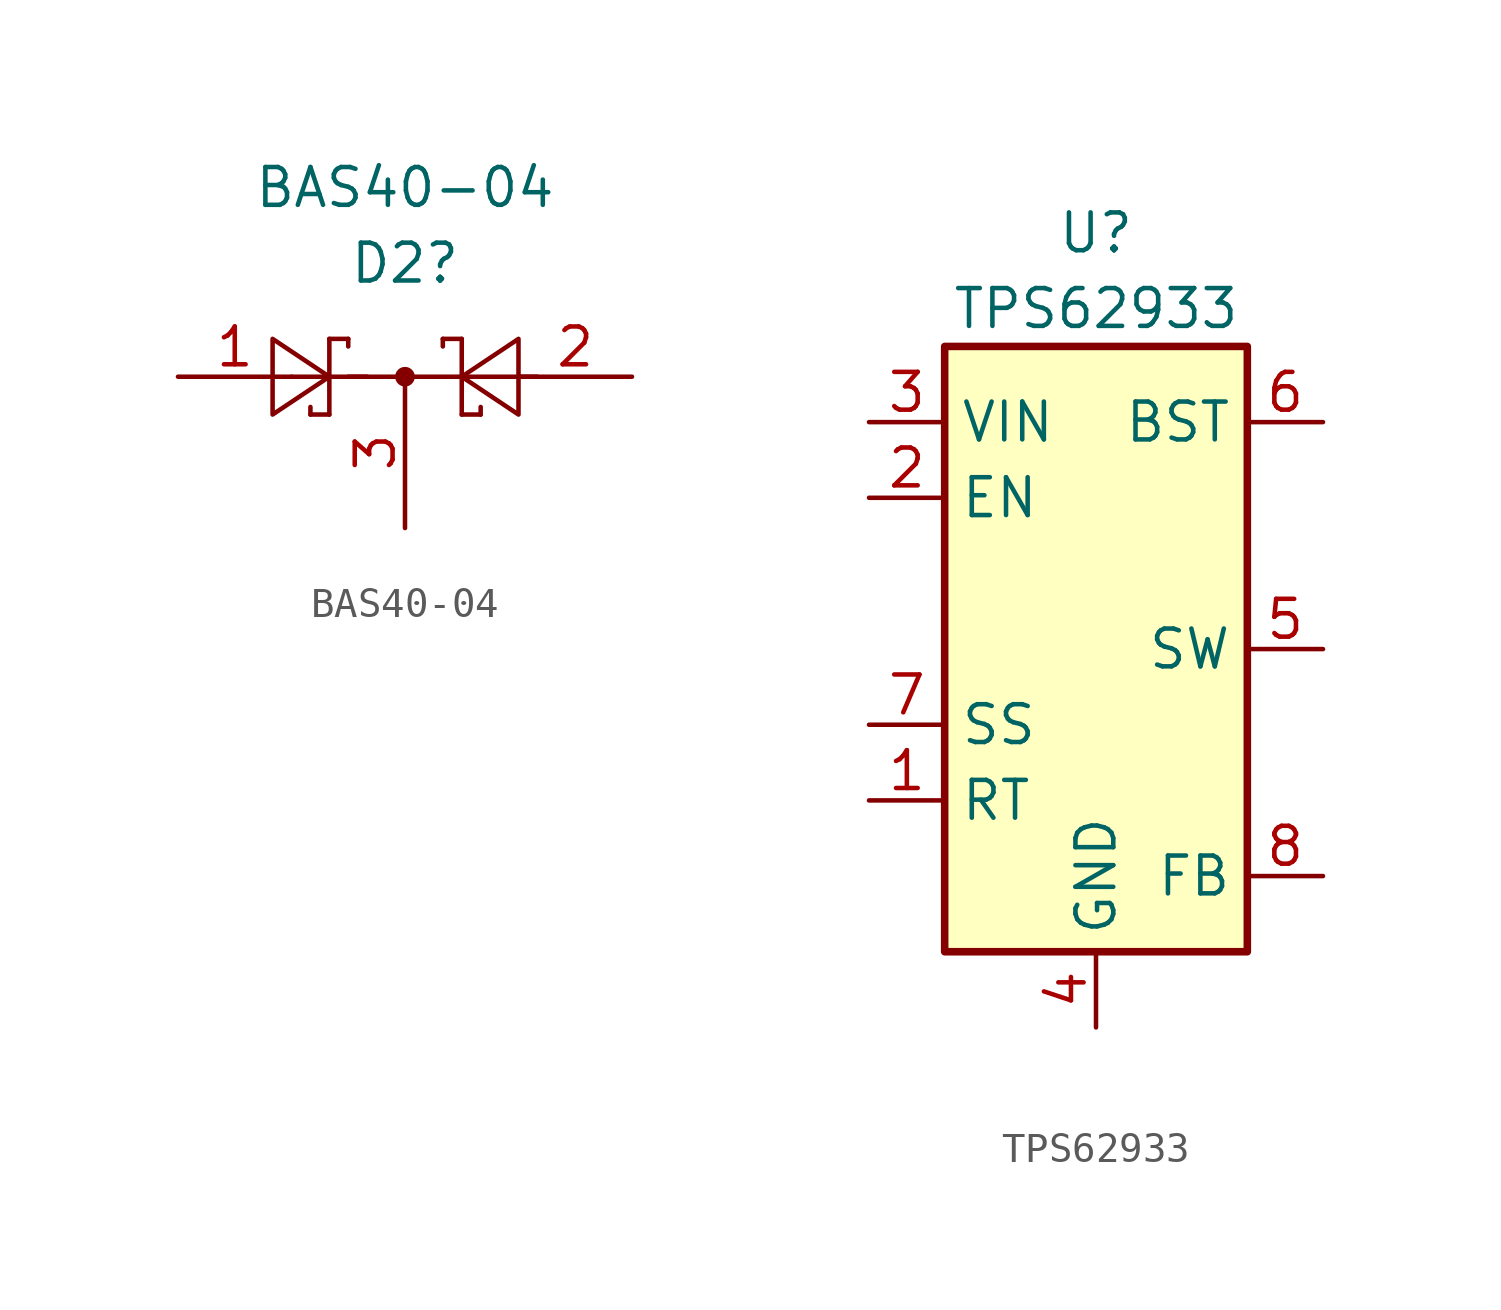
<source format=kicad_sym>
(kicad_symbol_lib
  (version 20231120)
  (generator "kicad_symbol_editor")
  (generator_version "8.0")
  (symbol "BAS40-04"
    (pin_names
      (offset 1.016))
    (property "Reference" "D2"
      (at 0 6.35 0)
      (effects (font (size 1.27 1.27))))
    (property "Value" "BAS40-04"
      (at 0 8.89 0)
      (effects (font (size 1.27 1.27))))
    (symbol "BAS40-04_0_1"
      (polyline (pts (xy -3.81 2.54) (xy -1.27 2.54)) (stroke (width 0) (type default)) (fill (type none)))
      (polyline (pts (xy -3.175 1.27) (xy -3.175 1.524)) (stroke (width 0) (type default)) (fill (type none)))
      (polyline (pts (xy -2.54 1.27) (xy -3.175 1.27)) (stroke (width 0) (type default)) (fill (type none)))
      (polyline (pts (xy -2.54 1.27) (xy -2.54 3.81)) (stroke (width 0) (type default)) (fill (type none)))
      (polyline (pts (xy -2.54 3.81) (xy -1.905 3.81)) (stroke (width 0) (type default)) (fill (type none)))
      (polyline (pts (xy -1.905 2.54) (xy 1.905 2.54)) (stroke (width 0) (type default)) (fill (type none)))
      (polyline (pts (xy -1.905 3.81) (xy -1.905 3.556)) (stroke (width 0) (type default)) (fill (type none)))
      (polyline (pts (xy 1.27 3.81) (xy 1.27 3.556)) (stroke (width 0) (type default)) (fill (type none)))
      (polyline (pts (xy 1.905 1.27) (xy 1.905 3.81)) (stroke (width 0) (type default)) (fill (type none)))
      (polyline (pts (xy 1.905 1.27) (xy 2.54 1.27)) (stroke (width 0) (type default)) (fill (type none)))
      (polyline (pts (xy 1.905 3.81) (xy 1.27 3.81)) (stroke (width 0) (type default)) (fill (type none)))
      (polyline (pts (xy 2.54 1.27) (xy 2.54 1.524)) (stroke (width 0) (type default)) (fill (type none)))
      (polyline (pts (xy 4.445 2.54) (xy 1.905 2.54)) (stroke (width 0) (type default)) (fill (type none)))
      (polyline (pts (xy -4.445 3.81) (xy -4.445 1.27) (xy -2.54 2.54) (xy -4.445 3.81)) (stroke (width 0) (type default)) (fill (type none)))
      (polyline (pts (xy 3.81 3.81) (xy 3.81 1.27) (xy 1.905 2.54) (xy 3.81 3.81)) (stroke (width 0) (type default)) (fill (type none)))
      (circle (center 0 2.54) (radius 0.254) (stroke (width 0) (type default)) (fill (type outline))))
    (symbol "BAS40-04_1_1"
      (pin passive line (at -7.62 2.54 0) (length 3.81) (name "~" (effects (font (size 1.27 1.27)))) (number "1" (effects (font (size 1.27 1.27)))))
      (pin passive line (at 7.62 2.54 180) (length 3.81) (name "~" (effects (font (size 1.27 1.27)))) (number "2" (effects (font (size 1.27 1.27)))))
      (pin passive line (at 0 -2.54 90) (length 5.08) (name "~" (effects (font (size 1.27 1.27)))) (number "3" (effects (font (size 1.27 1.27)))))))
  (symbol "TPS62933"
    (property "Reference" "U"
      (at 0 13.97 0)
      (effects (font (size 1.27 1.27))))
    (property "Value" "TPS62933"
      (at 0 11.43 0)
      (effects (font (size 1.27 1.27))))
    (symbol "TPS62933_0_1"
      (rectangle (start -5.08 10.16) (end 5.08 -10.16) (stroke (width 0.254) (type default)) (fill (type background))))
    (symbol "TPS62933_1_1"
      (pin passive line (at -7.62 -5.08 0) (length 2.54) (name "RT" (effects (font (size 1.27 1.27)))) (number "1" (effects (font (size 1.27 1.27)))))
      (pin input line (at -7.62 5.08 0) (length 2.54) (name "EN" (effects (font (size 1.27 1.27)))) (number "2" (effects (font (size 1.27 1.27)))))
      (pin power_in line (at -7.62 7.62 0) (length 2.54) (name "VIN" (effects (font (size 1.27 1.27)))) (number "3" (effects (font (size 1.27 1.27)))))
      (pin power_in line (at 0 -12.7 90) (length 2.54) (name "GND" (effects (font (size 1.27 1.27)))) (number "4" (effects (font (size 1.27 1.27)))))
      (pin output line (at 7.62 0 180) (length 2.54) (name "SW" (effects (font (size 1.27 1.27)))) (number "5" (effects (font (size 1.27 1.27)))))
      (pin passive line (at 7.62 7.62 180) (length 2.54) (name "BST" (effects (font (size 1.27 1.27)))) (number "6" (effects (font (size 1.27 1.27)))))
      (pin passive line (at -7.62 -2.54 0) (length 2.54) (name "SS" (effects (font (size 1.27 1.27)))) (number "7" (effects (font (size 1.27 1.27)))))
      (pin input line (at 7.62 -7.62 180) (length 2.54) (name "FB" (effects (font (size 1.27 1.27)))) (number "8" (effects (font (size 1.27 1.27))))))))
</source>
